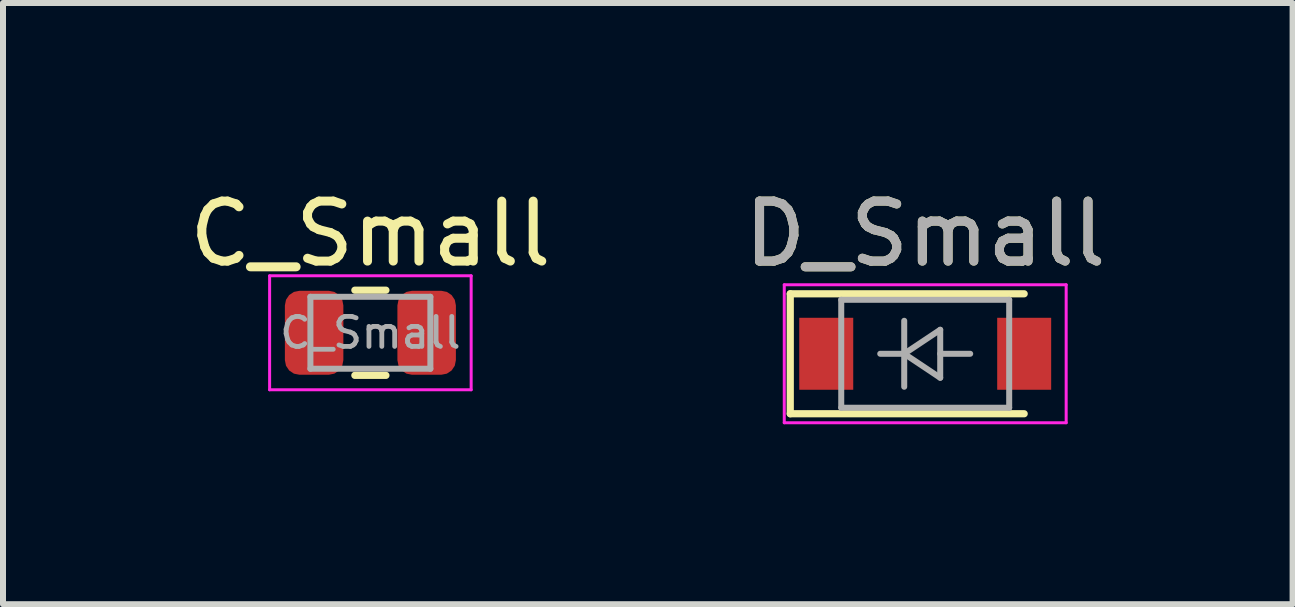
<source format=kicad_pcb>
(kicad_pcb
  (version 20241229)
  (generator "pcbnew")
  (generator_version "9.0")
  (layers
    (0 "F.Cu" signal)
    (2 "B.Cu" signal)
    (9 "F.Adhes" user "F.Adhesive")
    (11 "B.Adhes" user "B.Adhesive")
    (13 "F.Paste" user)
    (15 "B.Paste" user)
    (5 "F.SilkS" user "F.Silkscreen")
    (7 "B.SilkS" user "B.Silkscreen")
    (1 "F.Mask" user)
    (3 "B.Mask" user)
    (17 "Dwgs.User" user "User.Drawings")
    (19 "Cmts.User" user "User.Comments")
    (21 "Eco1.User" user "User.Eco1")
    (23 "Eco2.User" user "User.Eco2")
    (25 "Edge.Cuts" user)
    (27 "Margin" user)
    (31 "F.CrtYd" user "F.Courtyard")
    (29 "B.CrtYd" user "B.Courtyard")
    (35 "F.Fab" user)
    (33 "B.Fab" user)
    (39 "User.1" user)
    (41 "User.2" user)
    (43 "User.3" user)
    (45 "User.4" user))
  (footprint "D_Small"
    (layer "F.Cu")
    (at 12.375 2.848)
    (property "Reference" "D_Small" (at 0 -2 0) (layer "F.SilkS") (effects (font (size 1 1) (thickness 0.15))))
    (attr smd)
    (fp_line (start -2.25 -1) (end -2.25 1) (stroke (width 0.12) (type solid)) (layer "F.SilkS"))
    (fp_line (start -2.25 -1) (end 1.65 -1) (stroke (width 0.12) (type solid)) (layer "F.SilkS"))
    (fp_line (start -2.25 1) (end 1.65 1) (stroke (width 0.12) (type solid)) (layer "F.SilkS"))
    (fp_line (start -2.35 -1.15) (end -2.35 1.15) (stroke (width 0.05) (type solid)) (layer "F.CrtYd"))
    (fp_line (start -2.35 -1.15) (end 2.35 -1.15) (stroke (width 0.05) (type solid)) (layer "F.CrtYd"))
    (fp_line (start 2.35 -1.15) (end 2.35 1.15) (stroke (width 0.05) (type solid)) (layer "F.CrtYd"))
    (fp_line (start 2.35 1.15) (end -2.35 1.15) (stroke (width 0.05) (type solid)) (layer "F.CrtYd"))
    (fp_line (start -1.4 -0.9) (end 1.4 -0.9) (stroke (width 0.1) (type solid)) (layer "F.Fab"))
    (fp_line (start -1.4 0.9) (end -1.4 -0.9) (stroke (width 0.1) (type solid)) (layer "F.Fab"))
    (fp_line (start -0.75 0) (end -0.35 0) (stroke (width 0.1) (type solid)) (layer "F.Fab"))
    (fp_line (start -0.35 0) (end -0.35 -0.55) (stroke (width 0.1) (type solid)) (layer "F.Fab"))
    (fp_line (start -0.35 0) (end -0.35 0.55) (stroke (width 0.1) (type solid)) (layer "F.Fab"))
    (fp_line (start -0.35 0) (end 0.25 -0.4) (stroke (width 0.1) (type solid)) (layer "F.Fab"))
    (fp_line (start 0.25 -0.4) (end 0.25 0.4) (stroke (width 0.1) (type solid)) (layer "F.Fab"))
    (fp_line (start 0.25 0) (end 0.75 0) (stroke (width 0.1) (type solid)) (layer "F.Fab"))
    (fp_line (start 0.25 0.4) (end -0.35 0) (stroke (width 0.1) (type solid)) (layer "F.Fab"))
    (fp_line (start 1.4 -0.9) (end 1.4 0.9) (stroke (width 0.1) (type solid)) (layer "F.Fab"))
    (fp_line (start 1.4 0.9) (end -1.4 0.9) (stroke (width 0.1) (type solid)) (layer "F.Fab"))
    (fp_text user "${REFERENCE}" (at 0 -2 0) (layer "F.Fab") (effects (font (size 1 1) (thickness 0.15))))
    (pad "1" smd rect (at -1.65 0) (size 0.9 1.2) (layers "F.Cu" "F.Mask" "F.Paste"))
    (pad "2" smd rect (at 1.65 0) (size 0.9 1.2) (layers "F.Cu" "F.Mask" "F.Paste")))
  (footprint "C_Small"
    (layer "F.Cu")
    (at 3.125 2.498)
    (property "Reference" "C_Small" (at 0 -1.65 0) (layer "F.SilkS") (effects (font (size 1 1) (thickness 0.15))))
    (attr smd)
    (fp_line (start -0.259 -0.71) (end 0.259 -0.71) (stroke (width 0.12) (type solid)) (layer "F.SilkS"))
    (fp_line (start -0.259 0.71) (end 0.259 0.71) (stroke (width 0.12) (type solid)) (layer "F.SilkS"))
    (fp_line (start -1.68 -0.95) (end 1.68 -0.95) (stroke (width 0.05) (type solid)) (layer "F.CrtYd"))
    (fp_line (start -1.68 0.95) (end -1.68 -0.95) (stroke (width 0.05) (type solid)) (layer "F.CrtYd"))
    (fp_line (start 1.68 -0.95) (end 1.68 0.95) (stroke (width 0.05) (type solid)) (layer "F.CrtYd"))
    (fp_line (start 1.68 0.95) (end -1.68 0.95) (stroke (width 0.05) (type solid)) (layer "F.CrtYd"))
    (fp_line (start -1 -0.6) (end 1 -0.6) (stroke (width 0.1) (type solid)) (layer "F.Fab"))
    (fp_line (start -1 0.6) (end -1 -0.6) (stroke (width 0.1) (type solid)) (layer "F.Fab"))
    (fp_line (start 1 -0.6) (end 1 0.6) (stroke (width 0.1) (type solid)) (layer "F.Fab"))
    (fp_line (start 1 0.6) (end -1 0.6) (stroke (width 0.1) (type solid)) (layer "F.Fab"))
    (fp_text user "${REFERENCE}" (at 0 0 0) (layer "F.Fab") (effects (font (size 0.5 0.5) (thickness 0.08))))
    (pad "1" smd roundrect (at -0.938 0) (size 0.975 1.4) (layers "F.Cu" "F.Mask" "F.Paste") (roundrect_rratio 0.25))
    (pad "2" smd roundrect (at 0.938 0) (size 0.975 1.4) (layers "F.Cu" "F.Mask" "F.Paste") (roundrect_rratio 0.25)))
  (gr_rect
    (start -3 -3)
    (end 18.5 7.023)
    (stroke (width 0.1) (type default))
    (fill no)
    (layer "Edge.Cuts")))
</source>
